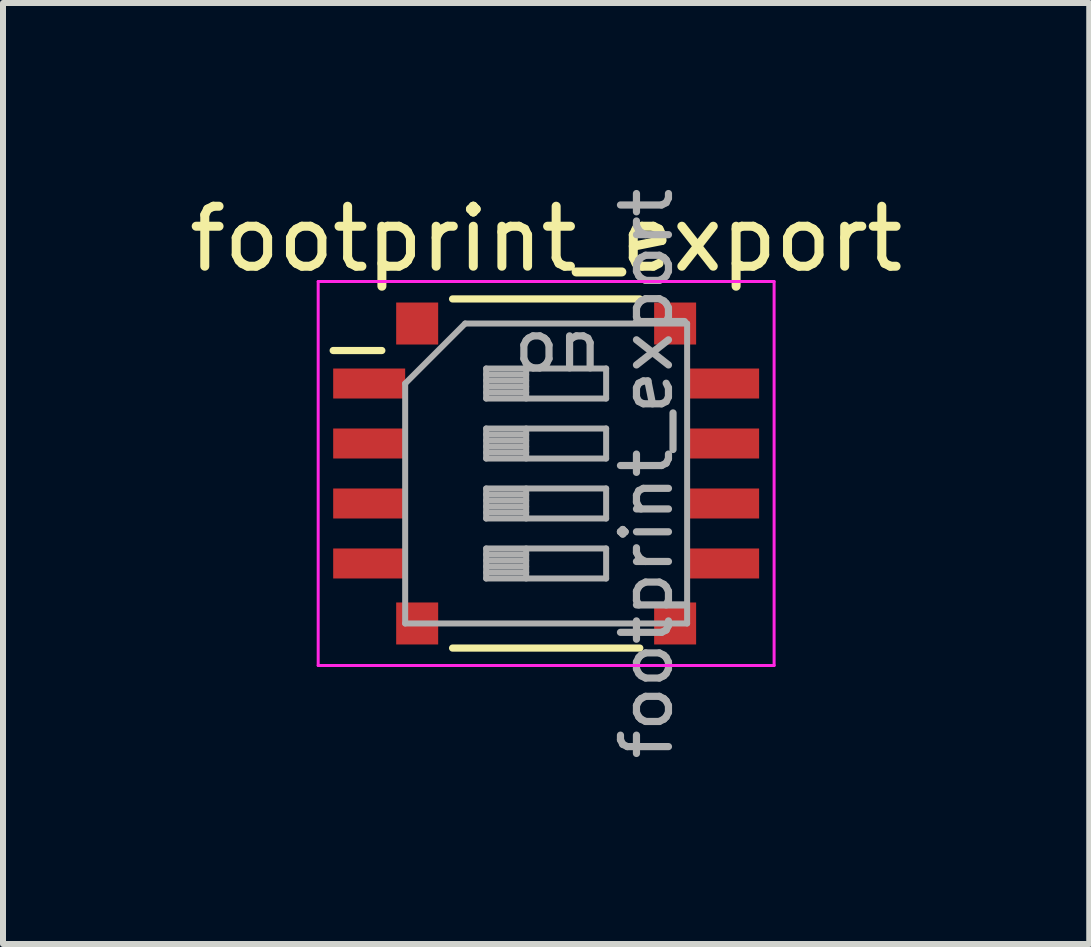
<source format=kicad_pcb>
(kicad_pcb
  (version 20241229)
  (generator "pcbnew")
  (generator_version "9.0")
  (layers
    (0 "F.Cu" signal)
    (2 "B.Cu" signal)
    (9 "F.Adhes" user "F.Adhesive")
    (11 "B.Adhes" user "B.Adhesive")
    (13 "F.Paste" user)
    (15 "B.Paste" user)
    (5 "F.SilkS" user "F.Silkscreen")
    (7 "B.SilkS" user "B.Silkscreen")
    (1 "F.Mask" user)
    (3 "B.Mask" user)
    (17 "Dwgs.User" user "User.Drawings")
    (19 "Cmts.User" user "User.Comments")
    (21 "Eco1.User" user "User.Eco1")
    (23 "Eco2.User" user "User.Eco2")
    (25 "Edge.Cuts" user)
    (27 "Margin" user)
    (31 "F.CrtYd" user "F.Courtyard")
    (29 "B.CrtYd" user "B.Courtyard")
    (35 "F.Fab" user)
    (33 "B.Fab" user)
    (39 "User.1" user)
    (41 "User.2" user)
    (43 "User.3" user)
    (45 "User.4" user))
  (footprint "footprint_export"
    (layer "F.Cu")
    (at 6.054 4.843)
    (property "Reference" "footprint_export" (at 0 -3.91 0) (layer "F.SilkS") (effects (font (size 1 1) (thickness 0.15))))
    (attr smd)
    (fp_line (start -3.55 -2.05) (end -2.739 -2.05) (stroke (width 0.12) (type solid)) (layer "F.SilkS"))
    (fp_line (start -1.56 -2.91) (end 1.561 -2.91) (stroke (width 0.12) (type solid)) (layer "F.SilkS"))
    (fp_line (start -1.56 2.91) (end 1.561 2.91) (stroke (width 0.12) (type solid)) (layer "F.SilkS"))
    (fp_line (start -3.8 -3.2) (end -3.8 3.2) (stroke (width 0.05) (type solid)) (layer "F.CrtYd"))
    (fp_line (start -3.8 3.2) (end 3.8 3.2) (stroke (width 0.05) (type solid)) (layer "F.CrtYd"))
    (fp_line (start 3.8 -3.2) (end -3.8 -3.2) (stroke (width 0.05) (type solid)) (layer "F.CrtYd"))
    (fp_line (start 3.8 3.2) (end 3.8 -3.2) (stroke (width 0.05) (type solid)) (layer "F.CrtYd"))
    (fp_line (start -2.35 -1.5) (end -1.35 -2.5) (stroke (width 0.1) (type solid)) (layer "F.Fab"))
    (fp_line (start -2.35 2.5) (end -2.35 -1.5) (stroke (width 0.1) (type solid)) (layer "F.Fab"))
    (fp_line (start -1.35 -2.5) (end 2.35 -2.5) (stroke (width 0.1) (type solid)) (layer "F.Fab"))
    (fp_line (start -1 -1.75) (end -1 -1.25) (stroke (width 0.1) (type solid)) (layer "F.Fab"))
    (fp_line (start -1 -1.65) (end -0.333 -1.65) (stroke (width 0.1) (type solid)) (layer "F.Fab"))
    (fp_line (start -1 -1.55) (end -0.333 -1.55) (stroke (width 0.1) (type solid)) (layer "F.Fab"))
    (fp_line (start -1 -1.45) (end -0.333 -1.45) (stroke (width 0.1) (type solid)) (layer "F.Fab"))
    (fp_line (start -1 -1.35) (end -0.333 -1.35) (stroke (width 0.1) (type solid)) (layer "F.Fab"))
    (fp_line (start -1 -1.25) (end 1 -1.25) (stroke (width 0.1) (type solid)) (layer "F.Fab"))
    (fp_line (start -1 -0.75) (end -1 -0.25) (stroke (width 0.1) (type solid)) (layer "F.Fab"))
    (fp_line (start -1 -0.65) (end -0.333 -0.65) (stroke (width 0.1) (type solid)) (layer "F.Fab"))
    (fp_line (start -1 -0.55) (end -0.333 -0.55) (stroke (width 0.1) (type solid)) (layer "F.Fab"))
    (fp_line (start -1 -0.45) (end -0.333 -0.45) (stroke (width 0.1) (type solid)) (layer "F.Fab"))
    (fp_line (start -1 -0.35) (end -0.333 -0.35) (stroke (width 0.1) (type solid)) (layer "F.Fab"))
    (fp_line (start -1 -0.25) (end 1 -0.25) (stroke (width 0.1) (type solid)) (layer "F.Fab"))
    (fp_line (start -1 0.25) (end -1 0.75) (stroke (width 0.1) (type solid)) (layer "F.Fab"))
    (fp_line (start -1 0.35) (end -0.333 0.35) (stroke (width 0.1) (type solid)) (layer "F.Fab"))
    (fp_line (start -1 0.45) (end -0.333 0.45) (stroke (width 0.1) (type solid)) (layer "F.Fab"))
    (fp_line (start -1 0.55) (end -0.333 0.55) (stroke (width 0.1) (type solid)) (layer "F.Fab"))
    (fp_line (start -1 0.65) (end -0.333 0.65) (stroke (width 0.1) (type solid)) (layer "F.Fab"))
    (fp_line (start -1 0.75) (end 1 0.75) (stroke (width 0.1) (type solid)) (layer "F.Fab"))
    (fp_line (start -1 1.25) (end -1 1.75) (stroke (width 0.1) (type solid)) (layer "F.Fab"))
    (fp_line (start -1 1.35) (end -0.333 1.35) (stroke (width 0.1) (type solid)) (layer "F.Fab"))
    (fp_line (start -1 1.45) (end -0.333 1.45) (stroke (width 0.1) (type solid)) (layer "F.Fab"))
    (fp_line (start -1 1.55) (end -0.333 1.55) (stroke (width 0.1) (type solid)) (layer "F.Fab"))
    (fp_line (start -1 1.65) (end -0.333 1.65) (stroke (width 0.1) (type solid)) (layer "F.Fab"))
    (fp_line (start -1 1.75) (end 1 1.75) (stroke (width 0.1) (type solid)) (layer "F.Fab"))
    (fp_line (start -0.333 -1.75) (end -0.333 -1.25) (stroke (width 0.1) (type solid)) (layer "F.Fab"))
    (fp_line (start -0.333 -0.75) (end -0.333 -0.25) (stroke (width 0.1) (type solid)) (layer "F.Fab"))
    (fp_line (start -0.333 0.25) (end -0.333 0.75) (stroke (width 0.1) (type solid)) (layer "F.Fab"))
    (fp_line (start -0.333 1.25) (end -0.333 1.75) (stroke (width 0.1) (type solid)) (layer "F.Fab"))
    (fp_line (start 1 -1.75) (end -1 -1.75) (stroke (width 0.1) (type solid)) (layer "F.Fab"))
    (fp_line (start 1 -1.25) (end 1 -1.75) (stroke (width 0.1) (type solid)) (layer "F.Fab"))
    (fp_line (start 1 -0.75) (end -1 -0.75) (stroke (width 0.1) (type solid)) (layer "F.Fab"))
    (fp_line (start 1 -0.25) (end 1 -0.75) (stroke (width 0.1) (type solid)) (layer "F.Fab"))
    (fp_line (start 1 0.25) (end -1 0.25) (stroke (width 0.1) (type solid)) (layer "F.Fab"))
    (fp_line (start 1 0.75) (end 1 0.25) (stroke (width 0.1) (type solid)) (layer "F.Fab"))
    (fp_line (start 1 1.25) (end -1 1.25) (stroke (width 0.1) (type solid)) (layer "F.Fab"))
    (fp_line (start 1 1.75) (end 1 1.25) (stroke (width 0.1) (type solid)) (layer "F.Fab"))
    (fp_line (start 2.35 -2.5) (end 2.35 2.5) (stroke (width 0.1) (type solid)) (layer "F.Fab"))
    (fp_line (start 2.35 2.5) (end -2.35 2.5) (stroke (width 0.1) (type solid)) (layer "F.Fab"))
    (fp_text user "on" (at 0.2 -2.125 0) (layer "F.Fab") (effects (font (size 0.8 0.8) (thickness 0.12))))
    (fp_text user "${REFERENCE}" (at 1.675 0 90) (layer "F.Fab") (effects (font (size 0.8 0.8) (thickness 0.12))))
    (pad "1" smd rect (at -2.95 -1.5) (size 1.2 0.5) (layers "F.Cu" "F.Mask" "F.Paste"))
    (pad "2" smd rect (at -2.95 -0.5) (size 1.2 0.5) (layers "F.Cu" "F.Mask" "F.Paste"))
    (pad "3" smd rect (at -2.95 0.5) (size 1.2 0.5) (layers "F.Cu" "F.Mask" "F.Paste"))
    (pad "4" smd rect (at -2.95 1.5) (size 1.2 0.5) (layers "F.Cu" "F.Mask" "F.Paste"))
    (pad "5" smd rect (at 2.95 1.5) (size 1.2 0.5) (layers "F.Cu" "F.Mask" "F.Paste"))
    (pad "6" smd rect (at 2.95 0.5) (size 1.2 0.5) (layers "F.Cu" "F.Mask" "F.Paste"))
    (pad "7" smd rect (at 2.95 -0.5) (size 1.2 0.5) (layers "F.Cu" "F.Mask" "F.Paste"))
    (pad "8" smd rect (at 2.95 -1.5) (size 1.2 0.5) (layers "F.Cu" "F.Mask" "F.Paste"))
    (pad "9" smd rect (at -2.15 -2.5) (size 0.7 0.7) (layers "F.Cu" "F.Mask" "F.Paste"))
    (pad "9" smd rect (at -2.15 2.5) (size 0.7 0.7) (layers "F.Cu" "F.Mask" "F.Paste"))
    (pad "9" smd rect (at 2.15 -2.5) (size 0.7 0.7) (layers "F.Cu" "F.Mask" "F.Paste"))
    (pad "9" smd rect (at 2.15 2.5) (size 0.7 0.7) (layers "F.Cu" "F.Mask" "F.Paste")))
  (gr_rect
    (start -3 -3)
    (end 15.107 12.686)
    (stroke (width 0.1) (type default))
    (fill no)
    (layer "Edge.Cuts")))
</source>
